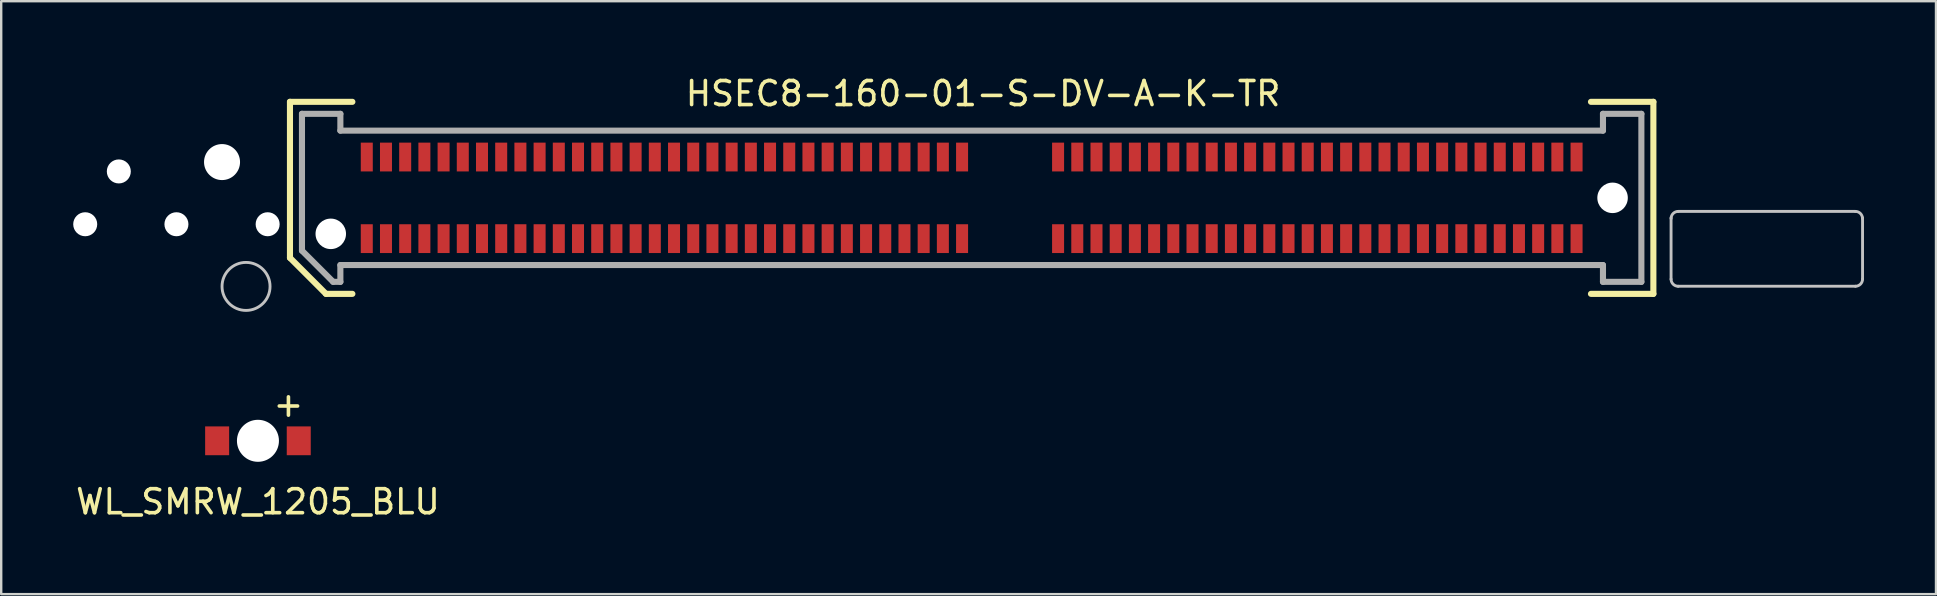
<source format=kicad_pcb>
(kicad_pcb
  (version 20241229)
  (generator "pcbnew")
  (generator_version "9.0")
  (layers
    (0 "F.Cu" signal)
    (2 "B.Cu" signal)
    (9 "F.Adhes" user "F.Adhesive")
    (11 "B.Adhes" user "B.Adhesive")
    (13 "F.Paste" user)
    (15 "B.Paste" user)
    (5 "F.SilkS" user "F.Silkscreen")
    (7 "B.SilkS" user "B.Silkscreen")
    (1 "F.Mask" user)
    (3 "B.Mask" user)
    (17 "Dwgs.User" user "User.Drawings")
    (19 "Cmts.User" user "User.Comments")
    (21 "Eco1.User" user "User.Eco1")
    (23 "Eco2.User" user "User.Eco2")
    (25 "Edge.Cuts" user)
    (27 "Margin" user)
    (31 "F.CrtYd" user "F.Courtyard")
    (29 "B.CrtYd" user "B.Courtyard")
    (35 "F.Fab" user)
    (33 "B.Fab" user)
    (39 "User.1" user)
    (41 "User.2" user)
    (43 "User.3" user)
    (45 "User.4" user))
  (footprint "HSEC8-160-01-S-DV-A-K-TR"
    (layer "F.Cu")
    (at 37.43 5.192)
    (property "Reference" "HSEC8-160-01-S-DV-A-K-TR" (at 0.476 -4.342 0) (layer "F.SilkS") (effects (font (size 1.002 1.002) (thickness 0.15))))
    (attr through_hole)
    (fp_line (start -28.4 -4) (end -25.8 -4) (stroke (width 0.254) (type solid)) (layer "F.SilkS"))
    (fp_line (start -28.4 2.5) (end -28.4 -4) (stroke (width 0.254) (type solid)) (layer "F.SilkS"))
    (fp_line (start -26.9 4) (end -28.4 2.5) (stroke (width 0.254) (type solid)) (layer "F.SilkS"))
    (fp_line (start -25.8 4) (end -26.9 4) (stroke (width 0.254) (type solid)) (layer "F.SilkS"))
    (fp_line (start 25.8 -4) (end 28.4 -4) (stroke (width 0.254) (type solid)) (layer "F.SilkS"))
    (fp_line (start 28.4 -4) (end 28.4 4) (stroke (width 0.254) (type solid)) (layer "F.SilkS"))
    (fp_line (start 28.4 4) (end 25.8 4) (stroke (width 0.254) (type solid)) (layer "F.SilkS"))
    (fp_line (start 29.137 3.387) (end 29.137 0.833) (stroke (width 0.12) (type solid)) (layer "Dwgs.User"))
    (fp_line (start 29.435 0.565) (end 36.815 0.565) (stroke (width 0.12) (type solid)) (layer "Dwgs.User"))
    (fp_line (start 36.817 3.683) (end 29.433 3.683) (stroke (width 0.12) (type solid)) (layer "Dwgs.User"))
    (fp_line (start 37.114 3.386) (end 37.114 0.832) (stroke (width 0.12) (type solid)) (layer "Dwgs.User"))
    (fp_arc (start 29.138001 0.861999) (mid 29.224991 0.651989) (end 29.435001 0.565001) (stroke (width 0.12) (type solid)) (layer "Dwgs.User"))
    (fp_arc (start 29.433998 3.684) (mid 29.223988 3.59701) (end 29.137 3.387) (stroke (width 0.12) (type solid)) (layer "Dwgs.User"))
    (fp_arc (start 36.815 0.565) (mid 37.02501 0.65199) (end 37.111998 0.862) (stroke (width 0.12) (type solid)) (layer "Dwgs.User"))
    (fp_arc (start 37.114 3.386002) (mid 37.02701 3.596012) (end 36.817 3.683) (stroke (width 0.12) (type solid)) (layer "Dwgs.User"))
    (fp_circle (center -30.23 3.69) (end -29.23 3.69) (stroke (width 0.12) (type solid)) (fill no) (layer "Dwgs.User"))
    (fp_line (start -27.9 -3.5) (end -26.3 -3.5) (stroke (width 0.254) (type solid)) (layer "F.Fab"))
    (fp_line (start -27.9 2.2) (end -27.9 -3.5) (stroke (width 0.254) (type solid)) (layer "F.Fab"))
    (fp_line (start -26.6 3.5) (end -27.9 2.2) (stroke (width 0.254) (type solid)) (layer "F.Fab"))
    (fp_line (start -26.3 -3.5) (end -26.3 -2.8) (stroke (width 0.254) (type solid)) (layer "F.Fab"))
    (fp_line (start -26.3 -2.8) (end 26.3 -2.8) (stroke (width 0.254) (type solid)) (layer "F.Fab"))
    (fp_line (start -26.3 2.8) (end -26.3 3.5) (stroke (width 0.254) (type solid)) (layer "F.Fab"))
    (fp_line (start -26.3 3.5) (end -26.6 3.5) (stroke (width 0.254) (type solid)) (layer "F.Fab"))
    (fp_line (start 26.3 -3.5) (end 27.9 -3.5) (stroke (width 0.254) (type solid)) (layer "F.Fab"))
    (fp_line (start 26.3 -2.8) (end 26.3 -3.5) (stroke (width 0.254) (type solid)) (layer "F.Fab"))
    (fp_line (start 26.3 2.8) (end -26.3 2.8) (stroke (width 0.254) (type solid)) (layer "F.Fab"))
    (fp_line (start 26.3 3.5) (end 26.3 2.8) (stroke (width 0.254) (type solid)) (layer "F.Fab"))
    (fp_line (start 27.9 -3.5) (end 27.9 3.5) (stroke (width 0.254) (type solid)) (layer "F.Fab"))
    (fp_line (start 27.9 3.5) (end 26.3 3.5) (stroke (width 0.254) (type solid)) (layer "F.Fab"))
    (pad "" np_thru_hole circle (at -36.93 1.1) (size 1 1) (drill 1) (layers "*.Cu" "*.Mask"))
    (pad "" np_thru_hole circle (at -35.53 -1.1) (size 1 1) (drill 1) (layers "*.Cu" "*.Mask"))
    (pad "" np_thru_hole circle (at -33.13 1.1) (size 1 1) (drill 1) (layers "*.Cu" "*.Mask"))
    (pad "" np_thru_hole circle (at -31.23 -1.49) (size 1.5 1.5) (drill 1.5) (layers "*.Cu" "*.Mask"))
    (pad "" np_thru_hole circle (at -29.33 1.1) (size 1 1) (drill 1) (layers "*.Cu" "*.Mask"))
    (pad "" np_thru_hole circle (at -26.7 1.5) (size 1.27 1.27) (drill 1.27) (layers "*.Cu" "*.Mask"))
    (pad "" np_thru_hole circle (at 26.7 0) (size 1.27 1.27) (drill 1.27) (layers "*.Cu" "*.Mask"))
    (pad "1" smd rect (at -25.2 1.7) (size 0.5 1.2) (layers "F.Cu" "F.Mask" "F.Paste"))
    (pad "2" smd rect (at -25.2 -1.7) (size 0.5 1.2) (layers "F.Cu" "F.Mask" "F.Paste"))
    (pad "3" smd rect (at -24.4 1.7) (size 0.5 1.2) (layers "F.Cu" "F.Mask" "F.Paste"))
    (pad "4" smd rect (at -24.4 -1.7) (size 0.5 1.2) (layers "F.Cu" "F.Mask" "F.Paste"))
    (pad "5" smd rect (at -23.6 1.7) (size 0.5 1.2) (layers "F.Cu" "F.Mask" "F.Paste"))
    (pad "6" smd rect (at -23.6 -1.7) (size 0.5 1.2) (layers "F.Cu" "F.Mask" "F.Paste"))
    (pad "7" smd rect (at -22.8 1.7) (size 0.5 1.2) (layers "F.Cu" "F.Mask" "F.Paste"))
    (pad "8" smd rect (at -22.8 -1.7) (size 0.5 1.2) (layers "F.Cu" "F.Mask" "F.Paste"))
    (pad "9" smd rect (at -22 1.7) (size 0.5 1.2) (layers "F.Cu" "F.Mask" "F.Paste"))
    (pad "10" smd rect (at -22 -1.7) (size 0.5 1.2) (layers "F.Cu" "F.Mask" "F.Paste"))
    (pad "11" smd rect (at -21.2 1.7) (size 0.5 1.2) (layers "F.Cu" "F.Mask" "F.Paste"))
    (pad "12" smd rect (at -21.2 -1.7) (size 0.5 1.2) (layers "F.Cu" "F.Mask" "F.Paste"))
    (pad "13" smd rect (at -20.4 1.7) (size 0.5 1.2) (layers "F.Cu" "F.Mask" "F.Paste"))
    (pad "14" smd rect (at -20.4 -1.7) (size 0.5 1.2) (layers "F.Cu" "F.Mask" "F.Paste"))
    (pad "15" smd rect (at -19.6 1.7) (size 0.5 1.2) (layers "F.Cu" "F.Mask" "F.Paste"))
    (pad "16" smd rect (at -19.6 -1.7) (size 0.5 1.2) (layers "F.Cu" "F.Mask" "F.Paste"))
    (pad "17" smd rect (at -18.8 1.7) (size 0.5 1.2) (layers "F.Cu" "F.Mask" "F.Paste"))
    (pad "18" smd rect (at -18.8 -1.7) (size 0.5 1.2) (layers "F.Cu" "F.Mask" "F.Paste"))
    (pad "19" smd rect (at -18 1.7) (size 0.5 1.2) (layers "F.Cu" "F.Mask" "F.Paste"))
    (pad "20" smd rect (at -18 -1.7) (size 0.5 1.2) (layers "F.Cu" "F.Mask" "F.Paste"))
    (pad "21" smd rect (at -17.2 1.7) (size 0.5 1.2) (layers "F.Cu" "F.Mask" "F.Paste"))
    (pad "22" smd rect (at -17.2 -1.7) (size 0.5 1.2) (layers "F.Cu" "F.Mask" "F.Paste"))
    (pad "23" smd rect (at -16.4 1.7) (size 0.5 1.2) (layers "F.Cu" "F.Mask" "F.Paste"))
    (pad "24" smd rect (at -16.4 -1.7) (size 0.5 1.2) (layers "F.Cu" "F.Mask" "F.Paste"))
    (pad "25" smd rect (at -15.6 1.7) (size 0.5 1.2) (layers "F.Cu" "F.Mask" "F.Paste"))
    (pad "26" smd rect (at -15.6 -1.7) (size 0.5 1.2) (layers "F.Cu" "F.Mask" "F.Paste"))
    (pad "27" smd rect (at -14.8 1.7) (size 0.5 1.2) (layers "F.Cu" "F.Mask" "F.Paste"))
    (pad "28" smd rect (at -14.8 -1.7) (size 0.5 1.2) (layers "F.Cu" "F.Mask" "F.Paste"))
    (pad "29" smd rect (at -14 1.7) (size 0.5 1.2) (layers "F.Cu" "F.Mask" "F.Paste"))
    (pad "30" smd rect (at -14 -1.7) (size 0.5 1.2) (layers "F.Cu" "F.Mask" "F.Paste"))
    (pad "31" smd rect (at -13.2 1.7) (size 0.5 1.2) (layers "F.Cu" "F.Mask" "F.Paste"))
    (pad "32" smd rect (at -13.2 -1.7) (size 0.5 1.2) (layers "F.Cu" "F.Mask" "F.Paste"))
    (pad "33" smd rect (at -12.4 1.7) (size 0.5 1.2) (layers "F.Cu" "F.Mask" "F.Paste"))
    (pad "34" smd rect (at -12.4 -1.7) (size 0.5 1.2) (layers "F.Cu" "F.Mask" "F.Paste"))
    (pad "35" smd rect (at -11.6 1.7) (size 0.5 1.2) (layers "F.Cu" "F.Mask" "F.Paste"))
    (pad "36" smd rect (at -11.6 -1.7) (size 0.5 1.2) (layers "F.Cu" "F.Mask" "F.Paste"))
    (pad "37" smd rect (at -10.8 1.7) (size 0.5 1.2) (layers "F.Cu" "F.Mask" "F.Paste"))
    (pad "38" smd rect (at -10.8 -1.7) (size 0.5 1.2) (layers "F.Cu" "F.Mask" "F.Paste"))
    (pad "39" smd rect (at -10 1.7) (size 0.5 1.2) (layers "F.Cu" "F.Mask" "F.Paste"))
    (pad "40" smd rect (at -10 -1.7) (size 0.5 1.2) (layers "F.Cu" "F.Mask" "F.Paste"))
    (pad "41" smd rect (at -9.2 1.7) (size 0.5 1.2) (layers "F.Cu" "F.Mask" "F.Paste"))
    (pad "42" smd rect (at -9.2 -1.7) (size 0.5 1.2) (layers "F.Cu" "F.Mask" "F.Paste"))
    (pad "43" smd rect (at -8.4 1.7) (size 0.5 1.2) (layers "F.Cu" "F.Mask" "F.Paste"))
    (pad "44" smd rect (at -8.4 -1.7) (size 0.5 1.2) (layers "F.Cu" "F.Mask" "F.Paste"))
    (pad "45" smd rect (at -7.6 1.7) (size 0.5 1.2) (layers "F.Cu" "F.Mask" "F.Paste"))
    (pad "46" smd rect (at -7.6 -1.7) (size 0.5 1.2) (layers "F.Cu" "F.Mask" "F.Paste"))
    (pad "47" smd rect (at -6.8 1.7) (size 0.5 1.2) (layers "F.Cu" "F.Mask" "F.Paste"))
    (pad "48" smd rect (at -6.8 -1.7) (size 0.5 1.2) (layers "F.Cu" "F.Mask" "F.Paste"))
    (pad "49" smd rect (at -6 1.7) (size 0.5 1.2) (layers "F.Cu" "F.Mask" "F.Paste"))
    (pad "50" smd rect (at -6 -1.7) (size 0.5 1.2) (layers "F.Cu" "F.Mask" "F.Paste"))
    (pad "51" smd rect (at -5.2 1.7) (size 0.5 1.2) (layers "F.Cu" "F.Mask" "F.Paste"))
    (pad "52" smd rect (at -5.2 -1.7) (size 0.5 1.2) (layers "F.Cu" "F.Mask" "F.Paste"))
    (pad "53" smd rect (at -4.4 1.7) (size 0.5 1.2) (layers "F.Cu" "F.Mask" "F.Paste"))
    (pad "54" smd rect (at -4.4 -1.7) (size 0.5 1.2) (layers "F.Cu" "F.Mask" "F.Paste"))
    (pad "55" smd rect (at -3.6 1.7) (size 0.5 1.2) (layers "F.Cu" "F.Mask" "F.Paste"))
    (pad "56" smd rect (at -3.6 -1.7) (size 0.5 1.2) (layers "F.Cu" "F.Mask" "F.Paste"))
    (pad "57" smd rect (at -2.8 1.7) (size 0.5 1.2) (layers "F.Cu" "F.Mask" "F.Paste"))
    (pad "58" smd rect (at -2.8 -1.7) (size 0.5 1.2) (layers "F.Cu" "F.Mask" "F.Paste"))
    (pad "59" smd rect (at -2 1.7) (size 0.5 1.2) (layers "F.Cu" "F.Mask" "F.Paste"))
    (pad "60" smd rect (at -2 -1.7) (size 0.5 1.2) (layers "F.Cu" "F.Mask" "F.Paste"))
    (pad "61" smd rect (at -1.2 1.7) (size 0.5 1.2) (layers "F.Cu" "F.Mask" "F.Paste"))
    (pad "62" smd rect (at -1.2 -1.7) (size 0.5 1.2) (layers "F.Cu" "F.Mask" "F.Paste"))
    (pad "63" smd rect (at -0.4 1.7) (size 0.5 1.2) (layers "F.Cu" "F.Mask" "F.Paste"))
    (pad "64" smd rect (at -0.4 -1.7) (size 0.5 1.2) (layers "F.Cu" "F.Mask" "F.Paste"))
    (pad "65" smd rect (at 3.6 1.7) (size 0.5 1.2) (layers "F.Cu" "F.Mask" "F.Paste"))
    (pad "66" smd rect (at 3.6 -1.7) (size 0.5 1.2) (layers "F.Cu" "F.Mask" "F.Paste"))
    (pad "67" smd rect (at 4.4 1.7) (size 0.5 1.2) (layers "F.Cu" "F.Mask" "F.Paste"))
    (pad "68" smd rect (at 4.4 -1.7) (size 0.5 1.2) (layers "F.Cu" "F.Mask" "F.Paste"))
    (pad "69" smd rect (at 5.2 1.7) (size 0.5 1.2) (layers "F.Cu" "F.Mask" "F.Paste"))
    (pad "70" smd rect (at 5.2 -1.7) (size 0.5 1.2) (layers "F.Cu" "F.Mask" "F.Paste"))
    (pad "71" smd rect (at 6 1.7) (size 0.5 1.2) (layers "F.Cu" "F.Mask" "F.Paste"))
    (pad "72" smd rect (at 6 -1.7) (size 0.5 1.2) (layers "F.Cu" "F.Mask" "F.Paste"))
    (pad "73" smd rect (at 6.8 1.7) (size 0.5 1.2) (layers "F.Cu" "F.Mask" "F.Paste"))
    (pad "74" smd rect (at 6.8 -1.7) (size 0.5 1.2) (layers "F.Cu" "F.Mask" "F.Paste"))
    (pad "75" smd rect (at 7.6 1.7) (size 0.5 1.2) (layers "F.Cu" "F.Mask" "F.Paste"))
    (pad "76" smd rect (at 7.6 -1.7) (size 0.5 1.2) (layers "F.Cu" "F.Mask" "F.Paste"))
    (pad "77" smd rect (at 8.4 1.7) (size 0.5 1.2) (layers "F.Cu" "F.Mask" "F.Paste"))
    (pad "78" smd rect (at 8.4 -1.7) (size 0.5 1.2) (layers "F.Cu" "F.Mask" "F.Paste"))
    (pad "79" smd rect (at 9.2 1.7) (size 0.5 1.2) (layers "F.Cu" "F.Mask" "F.Paste"))
    (pad "80" smd rect (at 9.2 -1.7) (size 0.5 1.2) (layers "F.Cu" "F.Mask" "F.Paste"))
    (pad "81" smd rect (at 10 1.7) (size 0.5 1.2) (layers "F.Cu" "F.Mask" "F.Paste"))
    (pad "82" smd rect (at 10 -1.7) (size 0.5 1.2) (layers "F.Cu" "F.Mask" "F.Paste"))
    (pad "83" smd rect (at 10.8 1.7) (size 0.5 1.2) (layers "F.Cu" "F.Mask" "F.Paste"))
    (pad "84" smd rect (at 10.8 -1.7) (size 0.5 1.2) (layers "F.Cu" "F.Mask" "F.Paste"))
    (pad "85" smd rect (at 11.6 1.7) (size 0.5 1.2) (layers "F.Cu" "F.Mask" "F.Paste"))
    (pad "86" smd rect (at 11.6 -1.7) (size 0.5 1.2) (layers "F.Cu" "F.Mask" "F.Paste"))
    (pad "87" smd rect (at 12.4 1.7) (size 0.5 1.2) (layers "F.Cu" "F.Mask" "F.Paste"))
    (pad "88" smd rect (at 12.4 -1.7) (size 0.5 1.2) (layers "F.Cu" "F.Mask" "F.Paste"))
    (pad "89" smd rect (at 13.2 1.7) (size 0.5 1.2) (layers "F.Cu" "F.Mask" "F.Paste"))
    (pad "90" smd rect (at 13.2 -1.7) (size 0.5 1.2) (layers "F.Cu" "F.Mask" "F.Paste"))
    (pad "91" smd rect (at 14 1.7) (size 0.5 1.2) (layers "F.Cu" "F.Mask" "F.Paste"))
    (pad "92" smd rect (at 14 -1.7) (size 0.5 1.2) (layers "F.Cu" "F.Mask" "F.Paste"))
    (pad "93" smd rect (at 14.8 1.7) (size 0.5 1.2) (layers "F.Cu" "F.Mask" "F.Paste"))
    (pad "94" smd rect (at 14.8 -1.7) (size 0.5 1.2) (layers "F.Cu" "F.Mask" "F.Paste"))
    (pad "95" smd rect (at 15.6 1.7) (size 0.5 1.2) (layers "F.Cu" "F.Mask" "F.Paste"))
    (pad "96" smd rect (at 15.6 -1.7) (size 0.5 1.2) (layers "F.Cu" "F.Mask" "F.Paste"))
    (pad "97" smd rect (at 16.4 1.7) (size 0.5 1.2) (layers "F.Cu" "F.Mask" "F.Paste"))
    (pad "98" smd rect (at 16.4 -1.7) (size 0.5 1.2) (layers "F.Cu" "F.Mask" "F.Paste"))
    (pad "99" smd rect (at 17.2 1.7) (size 0.5 1.2) (layers "F.Cu" "F.Mask" "F.Paste"))
    (pad "100" smd rect (at 17.2 -1.7) (size 0.5 1.2) (layers "F.Cu" "F.Mask" "F.Paste"))
    (pad "101" smd rect (at 18 1.7) (size 0.5 1.2) (layers "F.Cu" "F.Mask" "F.Paste"))
    (pad "102" smd rect (at 18 -1.7) (size 0.5 1.2) (layers "F.Cu" "F.Mask" "F.Paste"))
    (pad "103" smd rect (at 18.8 1.7) (size 0.5 1.2) (layers "F.Cu" "F.Mask" "F.Paste"))
    (pad "104" smd rect (at 18.8 -1.7) (size 0.5 1.2) (layers "F.Cu" "F.Mask" "F.Paste"))
    (pad "105" smd rect (at 19.6 1.7) (size 0.5 1.2) (layers "F.Cu" "F.Mask" "F.Paste"))
    (pad "106" smd rect (at 19.6 -1.7) (size 0.5 1.2) (layers "F.Cu" "F.Mask" "F.Paste"))
    (pad "107" smd rect (at 20.4 1.7) (size 0.5 1.2) (layers "F.Cu" "F.Mask" "F.Paste"))
    (pad "108" smd rect (at 20.4 -1.7) (size 0.5 1.2) (layers "F.Cu" "F.Mask" "F.Paste"))
    (pad "109" smd rect (at 21.2 1.7) (size 0.5 1.2) (layers "F.Cu" "F.Mask" "F.Paste"))
    (pad "110" smd rect (at 21.2 -1.7) (size 0.5 1.2) (layers "F.Cu" "F.Mask" "F.Paste"))
    (pad "111" smd rect (at 22 1.7) (size 0.5 1.2) (layers "F.Cu" "F.Mask" "F.Paste"))
    (pad "112" smd rect (at 22 -1.7) (size 0.5 1.2) (layers "F.Cu" "F.Mask" "F.Paste"))
    (pad "113" smd rect (at 22.8 1.7) (size 0.5 1.2) (layers "F.Cu" "F.Mask" "F.Paste"))
    (pad "114" smd rect (at 22.8 -1.7) (size 0.5 1.2) (layers "F.Cu" "F.Mask" "F.Paste"))
    (pad "115" smd rect (at 23.6 1.7) (size 0.5 1.2) (layers "F.Cu" "F.Mask" "F.Paste"))
    (pad "116" smd rect (at 23.6 -1.7) (size 0.5 1.2) (layers "F.Cu" "F.Mask" "F.Paste"))
    (pad "117" smd rect (at 24.4 1.7) (size 0.5 1.2) (layers "F.Cu" "F.Mask" "F.Paste"))
    (pad "118" smd rect (at 24.4 -1.7) (size 0.5 1.2) (layers "F.Cu" "F.Mask" "F.Paste"))
    (pad "119" smd rect (at 25.2 1.7) (size 0.5 1.2) (layers "F.Cu" "F.Mask" "F.Paste"))
    (pad "120" smd rect (at 25.2 -1.7) (size 0.5 1.2) (layers "F.Cu" "F.Mask" "F.Paste")))
  (footprint "WL_SMRW_1205_BLU"
    (layer "F.Cu")
    (at 7.696 15.314)
    (property "Reference" "WL_SMRW_1205_BLU" (at 0 2.54 0) (layer "F.SilkS") (effects (font (size 1 1) (thickness 0.15))))
    (attr through_hole)
    (fp_text user "+" (at 1.27 -1.524 0) (layer "F.SilkS") (effects (font (size 1 1) (thickness 0.15))))
    (pad "" np_thru_hole circle (at 0 0) (size 1.75 1.75) (drill 1.75) (layers "*.Cu" "*.Mask"))
    (pad "1" smd rect (at -1.7 0) (size 1 1.2) (layers "F.Cu" "F.Mask" "F.Paste"))
    (pad "2" smd rect (at 1.7 0 180) (size 1 1.2) (layers "F.Cu" "F.Mask" "F.Paste")))
  (gr_rect
    (start -3 -3)
    (end 77.604 21.702)
    (stroke (width 0.1) (type default))
    (fill no)
    (layer "Edge.Cuts")))
</source>
